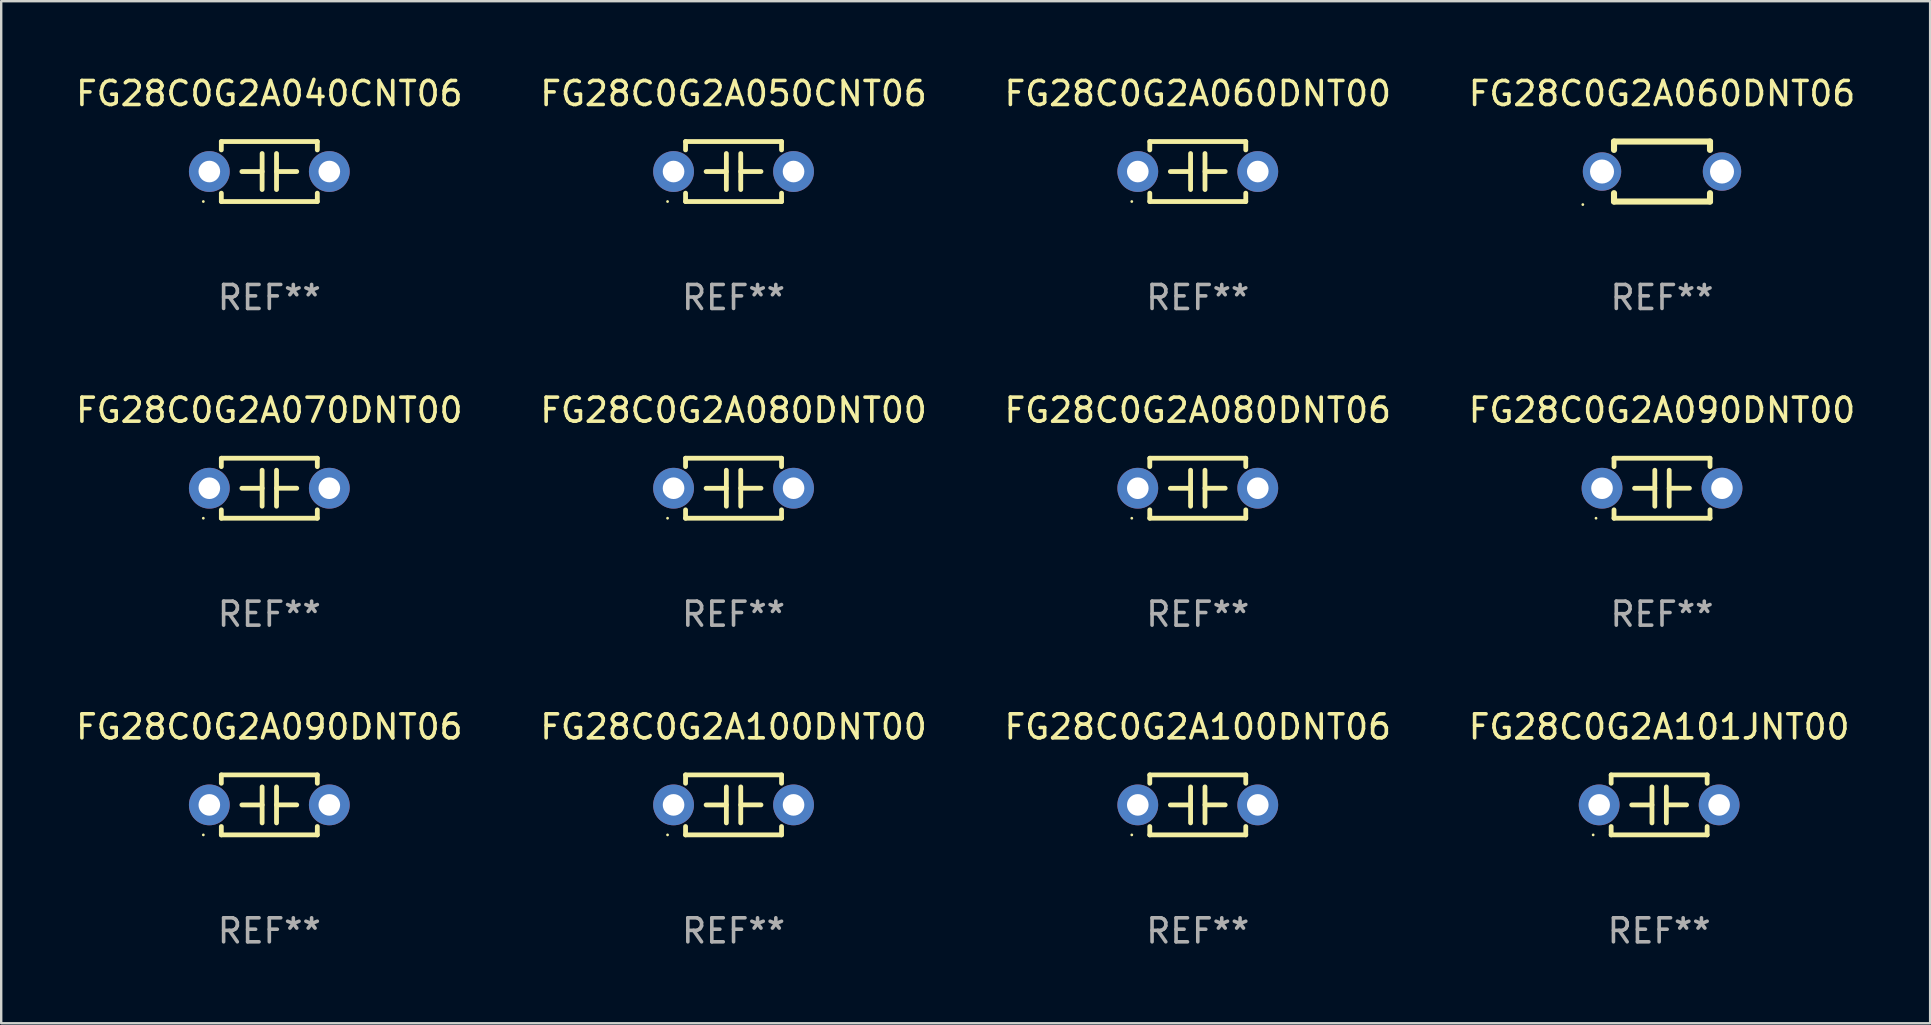
<source format=kicad_pcb>
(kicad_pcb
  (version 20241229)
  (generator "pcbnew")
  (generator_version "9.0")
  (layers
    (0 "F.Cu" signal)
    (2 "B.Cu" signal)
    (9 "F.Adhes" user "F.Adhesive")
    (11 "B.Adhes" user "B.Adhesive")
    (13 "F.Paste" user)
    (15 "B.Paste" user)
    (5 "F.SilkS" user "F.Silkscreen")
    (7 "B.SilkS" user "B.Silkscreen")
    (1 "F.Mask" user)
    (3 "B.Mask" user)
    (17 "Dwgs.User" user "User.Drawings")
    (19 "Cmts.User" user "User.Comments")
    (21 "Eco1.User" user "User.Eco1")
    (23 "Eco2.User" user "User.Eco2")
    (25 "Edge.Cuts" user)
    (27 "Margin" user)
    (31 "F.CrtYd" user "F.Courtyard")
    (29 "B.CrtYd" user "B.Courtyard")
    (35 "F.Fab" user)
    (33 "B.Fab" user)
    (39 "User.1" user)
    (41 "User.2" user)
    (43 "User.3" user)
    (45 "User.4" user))
  (footprint "FG28C0G2A060DNT00"
    (layer "F.Cu")
    (at 46.863 4.098)
    (property "Reference" "FG28C0G2A060DNT00" (at 0 -3.25 0) (layer "F.SilkS") (effects (font (size 1 1) (thickness 0.15))))
    (attr through_hole)
    (fp_line (start -2 -1.25) (end -2 -0.901) (stroke (width 0.2) (type solid)) (layer "F.SilkS"))
    (fp_line (start -2 -1.25) (end 2 -1.25) (stroke (width 0.2) (type solid)) (layer "F.SilkS"))
    (fp_line (start -2 0.901) (end -2 1.25) (stroke (width 0.2) (type solid)) (layer "F.SilkS"))
    (fp_line (start -0.3 -0.75) (end -0.3 0.75) (stroke (width 0.2) (type solid)) (layer "F.SilkS"))
    (fp_line (start -0.3 0.001) (end -1.143 0.001) (stroke (width 0.2) (type solid)) (layer "F.SilkS"))
    (fp_line (start 0.3 -0.001) (end 1.143 -0.001) (stroke (width 0.2) (type solid)) (layer "F.SilkS"))
    (fp_line (start 0.3 0.75) (end 0.3 -0.75) (stroke (width 0.2) (type solid)) (layer "F.SilkS"))
    (fp_line (start 2 -1.25) (end 2 -0.901) (stroke (width 0.2) (type solid)) (layer "F.SilkS"))
    (fp_line (start 2 0.901) (end 2 1.25) (stroke (width 0.2) (type solid)) (layer "F.SilkS"))
    (fp_line (start 2 1.25) (end -2 1.25) (stroke (width 0.2) (type solid)) (layer "F.SilkS"))
    (fp_circle (center -2.75 1.25) (end -2.72 1.25) (stroke (width 0.06) (type solid)) (fill no) (layer "F.SilkS"))
    (fp_text user "REF**" (at 0 5.25 0) (layer "F.Fab") (effects (font (size 1 1) (thickness 0.15))))
    (pad "1" thru_hole circle (at -2.5 0) (size 1.7 1.7) (drill 0.9) (layers "*.Cu" "*.Mask"))
    (pad "2" thru_hole circle (at 2.5 0) (size 1.7 1.7) (drill 0.9) (layers "*.Cu" "*.Mask")))
  (footprint "FG28C0G2A100DNT06"
    (layer "F.Cu")
    (at 46.863 30.491)
    (property "Reference" "FG28C0G2A100DNT06" (at 0 -3.25 0) (layer "F.SilkS") (effects (font (size 1 1) (thickness 0.15))))
    (attr through_hole)
    (fp_line (start -2 -1.25) (end -2 -0.901) (stroke (width 0.2) (type solid)) (layer "F.SilkS"))
    (fp_line (start -2 -1.25) (end 2 -1.25) (stroke (width 0.2) (type solid)) (layer "F.SilkS"))
    (fp_line (start -2 0.901) (end -2 1.25) (stroke (width 0.2) (type solid)) (layer "F.SilkS"))
    (fp_line (start -0.3 -0.75) (end -0.3 0.75) (stroke (width 0.2) (type solid)) (layer "F.SilkS"))
    (fp_line (start -0.3 0.001) (end -1.143 0.001) (stroke (width 0.2) (type solid)) (layer "F.SilkS"))
    (fp_line (start 0.3 -0.001) (end 1.143 -0.001) (stroke (width 0.2) (type solid)) (layer "F.SilkS"))
    (fp_line (start 0.3 0.75) (end 0.3 -0.75) (stroke (width 0.2) (type solid)) (layer "F.SilkS"))
    (fp_line (start 2 -1.25) (end 2 -0.901) (stroke (width 0.2) (type solid)) (layer "F.SilkS"))
    (fp_line (start 2 0.901) (end 2 1.25) (stroke (width 0.2) (type solid)) (layer "F.SilkS"))
    (fp_line (start 2 1.25) (end -2 1.25) (stroke (width 0.2) (type solid)) (layer "F.SilkS"))
    (fp_circle (center -2.75 1.25) (end -2.72 1.25) (stroke (width 0.06) (type solid)) (fill no) (layer "F.SilkS"))
    (fp_text user "REF**" (at 0 5.25 0) (layer "F.Fab") (effects (font (size 1 1) (thickness 0.15))))
    (pad "1" thru_hole circle (at -2.5 0) (size 1.7 1.7) (drill 0.9) (layers "*.Cu" "*.Mask"))
    (pad "2" thru_hole circle (at 2.5 0) (size 1.7 1.7) (drill 0.9) (layers "*.Cu" "*.Mask")))
  (footprint "FG28C0G2A070DNT00"
    (layer "F.Cu")
    (at 8.173 17.295)
    (property "Reference" "FG28C0G2A070DNT00" (at 0 -3.25 0) (layer "F.SilkS") (effects (font (size 1 1) (thickness 0.15))))
    (attr through_hole)
    (fp_line (start -2 -1.25) (end -2 -0.901) (stroke (width 0.2) (type solid)) (layer "F.SilkS"))
    (fp_line (start -2 -1.25) (end 2 -1.25) (stroke (width 0.2) (type solid)) (layer "F.SilkS"))
    (fp_line (start -2 0.901) (end -2 1.25) (stroke (width 0.2) (type solid)) (layer "F.SilkS"))
    (fp_line (start -0.3 -0.75) (end -0.3 0.75) (stroke (width 0.2) (type solid)) (layer "F.SilkS"))
    (fp_line (start -0.3 0.001) (end -1.143 0.001) (stroke (width 0.2) (type solid)) (layer "F.SilkS"))
    (fp_line (start 0.3 -0.001) (end 1.143 -0.001) (stroke (width 0.2) (type solid)) (layer "F.SilkS"))
    (fp_line (start 0.3 0.75) (end 0.3 -0.75) (stroke (width 0.2) (type solid)) (layer "F.SilkS"))
    (fp_line (start 2 -1.25) (end 2 -0.901) (stroke (width 0.2) (type solid)) (layer "F.SilkS"))
    (fp_line (start 2 0.901) (end 2 1.25) (stroke (width 0.2) (type solid)) (layer "F.SilkS"))
    (fp_line (start 2 1.25) (end -2 1.25) (stroke (width 0.2) (type solid)) (layer "F.SilkS"))
    (fp_circle (center -2.75 1.25) (end -2.72 1.25) (stroke (width 0.06) (type solid)) (fill no) (layer "F.SilkS"))
    (fp_text user "REF**" (at 0 5.25 0) (layer "F.Fab") (effects (font (size 1 1) (thickness 0.15))))
    (pad "1" thru_hole circle (at -2.5 0) (size 1.7 1.7) (drill 0.9) (layers "*.Cu" "*.Mask"))
    (pad "2" thru_hole circle (at 2.5 0) (size 1.7 1.7) (drill 0.9) (layers "*.Cu" "*.Mask")))
  (footprint "FG28C0G2A080DNT00"
    (layer "F.Cu")
    (at 27.518 17.295)
    (property "Reference" "FG28C0G2A080DNT00" (at 0 -3.25 0) (layer "F.SilkS") (effects (font (size 1 1) (thickness 0.15))))
    (attr through_hole)
    (fp_line (start -2 -1.25) (end -2 -0.901) (stroke (width 0.2) (type solid)) (layer "F.SilkS"))
    (fp_line (start -2 -1.25) (end 2 -1.25) (stroke (width 0.2) (type solid)) (layer "F.SilkS"))
    (fp_line (start -2 0.901) (end -2 1.25) (stroke (width 0.2) (type solid)) (layer "F.SilkS"))
    (fp_line (start -0.3 -0.75) (end -0.3 0.75) (stroke (width 0.2) (type solid)) (layer "F.SilkS"))
    (fp_line (start -0.3 0.001) (end -1.143 0.001) (stroke (width 0.2) (type solid)) (layer "F.SilkS"))
    (fp_line (start 0.3 -0.001) (end 1.143 -0.001) (stroke (width 0.2) (type solid)) (layer "F.SilkS"))
    (fp_line (start 0.3 0.75) (end 0.3 -0.75) (stroke (width 0.2) (type solid)) (layer "F.SilkS"))
    (fp_line (start 2 -1.25) (end 2 -0.901) (stroke (width 0.2) (type solid)) (layer "F.SilkS"))
    (fp_line (start 2 0.901) (end 2 1.25) (stroke (width 0.2) (type solid)) (layer "F.SilkS"))
    (fp_line (start 2 1.25) (end -2 1.25) (stroke (width 0.2) (type solid)) (layer "F.SilkS"))
    (fp_circle (center -2.75 1.25) (end -2.72 1.25) (stroke (width 0.06) (type solid)) (fill no) (layer "F.SilkS"))
    (fp_text user "REF**" (at 0 5.25 0) (layer "F.Fab") (effects (font (size 1 1) (thickness 0.15))))
    (pad "1" thru_hole circle (at -2.5 0) (size 1.7 1.7) (drill 0.9) (layers "*.Cu" "*.Mask"))
    (pad "2" thru_hole circle (at 2.5 0) (size 1.7 1.7) (drill 0.9) (layers "*.Cu" "*.Mask")))
  (footprint "FG28C0G2A080DNT06"
    (layer "F.Cu")
    (at 46.863 17.295)
    (property "Reference" "FG28C0G2A080DNT06" (at 0 -3.25 0) (layer "F.SilkS") (effects (font (size 1 1) (thickness 0.15))))
    (attr through_hole)
    (fp_line (start -2 -1.25) (end -2 -0.901) (stroke (width 0.2) (type solid)) (layer "F.SilkS"))
    (fp_line (start -2 -1.25) (end 2 -1.25) (stroke (width 0.2) (type solid)) (layer "F.SilkS"))
    (fp_line (start -2 0.901) (end -2 1.25) (stroke (width 0.2) (type solid)) (layer "F.SilkS"))
    (fp_line (start -0.3 -0.75) (end -0.3 0.75) (stroke (width 0.2) (type solid)) (layer "F.SilkS"))
    (fp_line (start -0.3 0.001) (end -1.143 0.001) (stroke (width 0.2) (type solid)) (layer "F.SilkS"))
    (fp_line (start 0.3 -0.001) (end 1.143 -0.001) (stroke (width 0.2) (type solid)) (layer "F.SilkS"))
    (fp_line (start 0.3 0.75) (end 0.3 -0.75) (stroke (width 0.2) (type solid)) (layer "F.SilkS"))
    (fp_line (start 2 -1.25) (end 2 -0.901) (stroke (width 0.2) (type solid)) (layer "F.SilkS"))
    (fp_line (start 2 0.901) (end 2 1.25) (stroke (width 0.2) (type solid)) (layer "F.SilkS"))
    (fp_line (start 2 1.25) (end -2 1.25) (stroke (width 0.2) (type solid)) (layer "F.SilkS"))
    (fp_circle (center -2.75 1.25) (end -2.72 1.25) (stroke (width 0.06) (type solid)) (fill no) (layer "F.SilkS"))
    (fp_text user "REF**" (at 0 5.25 0) (layer "F.Fab") (effects (font (size 1 1) (thickness 0.15))))
    (pad "1" thru_hole circle (at -2.5 0) (size 1.7 1.7) (drill 0.9) (layers "*.Cu" "*.Mask"))
    (pad "2" thru_hole circle (at 2.5 0) (size 1.7 1.7) (drill 0.9) (layers "*.Cu" "*.Mask")))
  (footprint "FG28C0G2A040CNT06"
    (layer "F.Cu")
    (at 8.173 4.098)
    (property "Reference" "FG28C0G2A040CNT06" (at 0 -3.25 0) (layer "F.SilkS") (effects (font (size 1 1) (thickness 0.15))))
    (attr through_hole)
    (fp_line (start -2 -1.25) (end -2 -0.901) (stroke (width 0.2) (type solid)) (layer "F.SilkS"))
    (fp_line (start -2 -1.25) (end 2 -1.25) (stroke (width 0.2) (type solid)) (layer "F.SilkS"))
    (fp_line (start -2 0.901) (end -2 1.25) (stroke (width 0.2) (type solid)) (layer "F.SilkS"))
    (fp_line (start -0.3 -0.75) (end -0.3 0.75) (stroke (width 0.2) (type solid)) (layer "F.SilkS"))
    (fp_line (start -0.3 0.001) (end -1.143 0.001) (stroke (width 0.2) (type solid)) (layer "F.SilkS"))
    (fp_line (start 0.3 -0.001) (end 1.143 -0.001) (stroke (width 0.2) (type solid)) (layer "F.SilkS"))
    (fp_line (start 0.3 0.75) (end 0.3 -0.75) (stroke (width 0.2) (type solid)) (layer "F.SilkS"))
    (fp_line (start 2 -1.25) (end 2 -0.901) (stroke (width 0.2) (type solid)) (layer "F.SilkS"))
    (fp_line (start 2 0.901) (end 2 1.25) (stroke (width 0.2) (type solid)) (layer "F.SilkS"))
    (fp_line (start 2 1.25) (end -2 1.25) (stroke (width 0.2) (type solid)) (layer "F.SilkS"))
    (fp_circle (center -2.75 1.25) (end -2.72 1.25) (stroke (width 0.06) (type solid)) (fill no) (layer "F.SilkS"))
    (fp_text user "REF**" (at 0 5.25 0) (layer "F.Fab") (effects (font (size 1 1) (thickness 0.15))))
    (pad "1" thru_hole circle (at -2.5 0) (size 1.7 1.7) (drill 0.9) (layers "*.Cu" "*.Mask"))
    (pad "2" thru_hole circle (at 2.5 0) (size 1.7 1.7) (drill 0.9) (layers "*.Cu" "*.Mask")))
  (footprint "FG28C0G2A060DNT06"
    (layer "F.Cu")
    (at 66.208 4.098)
    (property "Reference" "FG28C0G2A060DNT06" (at 0 -3.25 0) (layer "F.SilkS") (effects (font (size 1 1) (thickness 0.15))))
    (attr through_hole)
    (fp_line (start -2 -1.25) (end -2 -0.901) (stroke (width 0.254) (type solid)) (layer "F.SilkS"))
    (fp_line (start -2 -1.25) (end 2 -1.25) (stroke (width 0.254) (type solid)) (layer "F.SilkS"))
    (fp_line (start -2 0.901) (end -2 1.25) (stroke (width 0.254) (type solid)) (layer "F.SilkS"))
    (fp_line (start 2 -1.25) (end 2 -0.901) (stroke (width 0.254) (type solid)) (layer "F.SilkS"))
    (fp_line (start 2 0.901) (end 2 1.25) (stroke (width 0.254) (type solid)) (layer "F.SilkS"))
    (fp_line (start 2 1.25) (end -2 1.25) (stroke (width 0.254) (type solid)) (layer "F.SilkS"))
    (fp_circle (center -3.3 1.377) (end -3.27 1.377) (stroke (width 0.06) (type solid)) (fill no) (layer "F.SilkS"))
    (fp_text user "REF**" (at 0 5.25 0) (layer "F.Fab") (effects (font (size 1 1) (thickness 0.15))))
    (pad "1" thru_hole circle (at -2.5 0) (size 1.6 1.6) (drill 1) (layers "*.Cu" "*.Mask"))
    (pad "2" thru_hole circle (at 2.5 0) (size 1.6 1.6) (drill 1) (layers "*.Cu" "*.Mask")))
  (footprint "FG28C0G2A050CNT06"
    (layer "F.Cu")
    (at 27.518 4.098)
    (property "Reference" "FG28C0G2A050CNT06" (at 0 -3.25 0) (layer "F.SilkS") (effects (font (size 1 1) (thickness 0.15))))
    (attr through_hole)
    (fp_line (start -2 -1.25) (end -2 -0.901) (stroke (width 0.2) (type solid)) (layer "F.SilkS"))
    (fp_line (start -2 -1.25) (end 2 -1.25) (stroke (width 0.2) (type solid)) (layer "F.SilkS"))
    (fp_line (start -2 0.901) (end -2 1.25) (stroke (width 0.2) (type solid)) (layer "F.SilkS"))
    (fp_line (start -0.3 -0.75) (end -0.3 0.75) (stroke (width 0.2) (type solid)) (layer "F.SilkS"))
    (fp_line (start -0.3 0.001) (end -1.143 0.001) (stroke (width 0.2) (type solid)) (layer "F.SilkS"))
    (fp_line (start 0.3 -0.001) (end 1.143 -0.001) (stroke (width 0.2) (type solid)) (layer "F.SilkS"))
    (fp_line (start 0.3 0.75) (end 0.3 -0.75) (stroke (width 0.2) (type solid)) (layer "F.SilkS"))
    (fp_line (start 2 -1.25) (end 2 -0.901) (stroke (width 0.2) (type solid)) (layer "F.SilkS"))
    (fp_line (start 2 0.901) (end 2 1.25) (stroke (width 0.2) (type solid)) (layer "F.SilkS"))
    (fp_line (start 2 1.25) (end -2 1.25) (stroke (width 0.2) (type solid)) (layer "F.SilkS"))
    (fp_circle (center -2.75 1.25) (end -2.72 1.25) (stroke (width 0.06) (type solid)) (fill no) (layer "F.SilkS"))
    (fp_text user "REF**" (at 0 5.25 0) (layer "F.Fab") (effects (font (size 1 1) (thickness 0.15))))
    (pad "1" thru_hole circle (at -2.5 0) (size 1.7 1.7) (drill 0.9) (layers "*.Cu" "*.Mask"))
    (pad "2" thru_hole circle (at 2.5 0) (size 1.7 1.7) (drill 0.9) (layers "*.Cu" "*.Mask")))
  (footprint "FG28C0G2A090DNT06"
    (layer "F.Cu")
    (at 8.173 30.491)
    (property "Reference" "FG28C0G2A090DNT06" (at 0 -3.25 0) (layer "F.SilkS") (effects (font (size 1 1) (thickness 0.15))))
    (attr through_hole)
    (fp_line (start -2 -1.25) (end -2 -0.901) (stroke (width 0.2) (type solid)) (layer "F.SilkS"))
    (fp_line (start -2 -1.25) (end 2 -1.25) (stroke (width 0.2) (type solid)) (layer "F.SilkS"))
    (fp_line (start -2 0.901) (end -2 1.25) (stroke (width 0.2) (type solid)) (layer "F.SilkS"))
    (fp_line (start -0.3 -0.75) (end -0.3 0.75) (stroke (width 0.2) (type solid)) (layer "F.SilkS"))
    (fp_line (start -0.3 0.001) (end -1.143 0.001) (stroke (width 0.2) (type solid)) (layer "F.SilkS"))
    (fp_line (start 0.3 -0.001) (end 1.143 -0.001) (stroke (width 0.2) (type solid)) (layer "F.SilkS"))
    (fp_line (start 0.3 0.75) (end 0.3 -0.75) (stroke (width 0.2) (type solid)) (layer "F.SilkS"))
    (fp_line (start 2 -1.25) (end 2 -0.901) (stroke (width 0.2) (type solid)) (layer "F.SilkS"))
    (fp_line (start 2 0.901) (end 2 1.25) (stroke (width 0.2) (type solid)) (layer "F.SilkS"))
    (fp_line (start 2 1.25) (end -2 1.25) (stroke (width 0.2) (type solid)) (layer "F.SilkS"))
    (fp_circle (center -2.75 1.25) (end -2.72 1.25) (stroke (width 0.06) (type solid)) (fill no) (layer "F.SilkS"))
    (fp_text user "REF**" (at 0 5.25 0) (layer "F.Fab") (effects (font (size 1 1) (thickness 0.15))))
    (pad "1" thru_hole circle (at -2.5 0) (size 1.7 1.7) (drill 0.9) (layers "*.Cu" "*.Mask"))
    (pad "2" thru_hole circle (at 2.5 0) (size 1.7 1.7) (drill 0.9) (layers "*.Cu" "*.Mask")))
  (footprint "FG28C0G2A100DNT00"
    (layer "F.Cu")
    (at 27.518 30.491)
    (property "Reference" "FG28C0G2A100DNT00" (at 0 -3.25 0) (layer "F.SilkS") (effects (font (size 1 1) (thickness 0.15))))
    (attr through_hole)
    (fp_line (start -2 -1.25) (end -2 -0.901) (stroke (width 0.2) (type solid)) (layer "F.SilkS"))
    (fp_line (start -2 -1.25) (end 2 -1.25) (stroke (width 0.2) (type solid)) (layer "F.SilkS"))
    (fp_line (start -2 0.901) (end -2 1.25) (stroke (width 0.2) (type solid)) (layer "F.SilkS"))
    (fp_line (start -0.3 -0.75) (end -0.3 0.75) (stroke (width 0.2) (type solid)) (layer "F.SilkS"))
    (fp_line (start -0.3 0.001) (end -1.143 0.001) (stroke (width 0.2) (type solid)) (layer "F.SilkS"))
    (fp_line (start 0.3 -0.001) (end 1.143 -0.001) (stroke (width 0.2) (type solid)) (layer "F.SilkS"))
    (fp_line (start 0.3 0.75) (end 0.3 -0.75) (stroke (width 0.2) (type solid)) (layer "F.SilkS"))
    (fp_line (start 2 -1.25) (end 2 -0.901) (stroke (width 0.2) (type solid)) (layer "F.SilkS"))
    (fp_line (start 2 0.901) (end 2 1.25) (stroke (width 0.2) (type solid)) (layer "F.SilkS"))
    (fp_line (start 2 1.25) (end -2 1.25) (stroke (width 0.2) (type solid)) (layer "F.SilkS"))
    (fp_circle (center -2.75 1.25) (end -2.72 1.25) (stroke (width 0.06) (type solid)) (fill no) (layer "F.SilkS"))
    (fp_text user "REF**" (at 0 5.25 0) (layer "F.Fab") (effects (font (size 1 1) (thickness 0.15))))
    (pad "1" thru_hole circle (at -2.5 0) (size 1.7 1.7) (drill 0.9) (layers "*.Cu" "*.Mask"))
    (pad "2" thru_hole circle (at 2.5 0) (size 1.7 1.7) (drill 0.9) (layers "*.Cu" "*.Mask")))
  (footprint "FG28C0G2A090DNT00"
    (layer "F.Cu")
    (at 66.208 17.295)
    (property "Reference" "FG28C0G2A090DNT00" (at 0 -3.25 0) (layer "F.SilkS") (effects (font (size 1 1) (thickness 0.15))))
    (attr through_hole)
    (fp_line (start -2 -1.25) (end -2 -0.901) (stroke (width 0.2) (type solid)) (layer "F.SilkS"))
    (fp_line (start -2 -1.25) (end 2 -1.25) (stroke (width 0.2) (type solid)) (layer "F.SilkS"))
    (fp_line (start -2 0.901) (end -2 1.25) (stroke (width 0.2) (type solid)) (layer "F.SilkS"))
    (fp_line (start -0.3 -0.75) (end -0.3 0.75) (stroke (width 0.2) (type solid)) (layer "F.SilkS"))
    (fp_line (start -0.3 0.001) (end -1.143 0.001) (stroke (width 0.2) (type solid)) (layer "F.SilkS"))
    (fp_line (start 0.3 -0.001) (end 1.143 -0.001) (stroke (width 0.2) (type solid)) (layer "F.SilkS"))
    (fp_line (start 0.3 0.75) (end 0.3 -0.75) (stroke (width 0.2) (type solid)) (layer "F.SilkS"))
    (fp_line (start 2 -1.25) (end 2 -0.901) (stroke (width 0.2) (type solid)) (layer "F.SilkS"))
    (fp_line (start 2 0.901) (end 2 1.25) (stroke (width 0.2) (type solid)) (layer "F.SilkS"))
    (fp_line (start 2 1.25) (end -2 1.25) (stroke (width 0.2) (type solid)) (layer "F.SilkS"))
    (fp_circle (center -2.75 1.25) (end -2.72 1.25) (stroke (width 0.06) (type solid)) (fill no) (layer "F.SilkS"))
    (fp_text user "REF**" (at 0 5.25 0) (layer "F.Fab") (effects (font (size 1 1) (thickness 0.15))))
    (pad "1" thru_hole circle (at -2.5 0) (size 1.7 1.7) (drill 0.9) (layers "*.Cu" "*.Mask"))
    (pad "2" thru_hole circle (at 2.5 0) (size 1.7 1.7) (drill 0.9) (layers "*.Cu" "*.Mask")))
  (footprint "FG28C0G2A101JNT00"
    (layer "F.Cu")
    (at 66.089 30.491)
    (property "Reference" "FG28C0G2A101JNT00" (at 0 -3.25 0) (layer "F.SilkS") (effects (font (size 1 1) (thickness 0.15))))
    (attr through_hole)
    (fp_line (start -2 -1.25) (end -2 -0.901) (stroke (width 0.2) (type solid)) (layer "F.SilkS"))
    (fp_line (start -2 -1.25) (end 2 -1.25) (stroke (width 0.2) (type solid)) (layer "F.SilkS"))
    (fp_line (start -2 0.901) (end -2 1.25) (stroke (width 0.2) (type solid)) (layer "F.SilkS"))
    (fp_line (start -0.3 -0.75) (end -0.3 0.75) (stroke (width 0.2) (type solid)) (layer "F.SilkS"))
    (fp_line (start -0.3 0.001) (end -1.143 0.001) (stroke (width 0.2) (type solid)) (layer "F.SilkS"))
    (fp_line (start 0.3 -0.001) (end 1.143 -0.001) (stroke (width 0.2) (type solid)) (layer "F.SilkS"))
    (fp_line (start 0.3 0.75) (end 0.3 -0.75) (stroke (width 0.2) (type solid)) (layer "F.SilkS"))
    (fp_line (start 2 -1.25) (end 2 -0.901) (stroke (width 0.2) (type solid)) (layer "F.SilkS"))
    (fp_line (start 2 0.901) (end 2 1.25) (stroke (width 0.2) (type solid)) (layer "F.SilkS"))
    (fp_line (start 2 1.25) (end -2 1.25) (stroke (width 0.2) (type solid)) (layer "F.SilkS"))
    (fp_circle (center -2.75 1.25) (end -2.72 1.25) (stroke (width 0.06) (type solid)) (fill no) (layer "F.SilkS"))
    (fp_text user "REF**" (at 0 5.25 0) (layer "F.Fab") (effects (font (size 1 1) (thickness 0.15))))
    (pad "1" thru_hole circle (at -2.5 0) (size 1.7 1.7) (drill 0.9) (layers "*.Cu" "*.Mask"))
    (pad "2" thru_hole circle (at 2.5 0) (size 1.7 1.7) (drill 0.9) (layers "*.Cu" "*.Mask")))
  (gr_rect
    (start -3 -3)
    (end 77.381 39.59)
    (stroke (width 0.1) (type default))
    (fill no)
    (layer "Edge.Cuts")))
</source>
